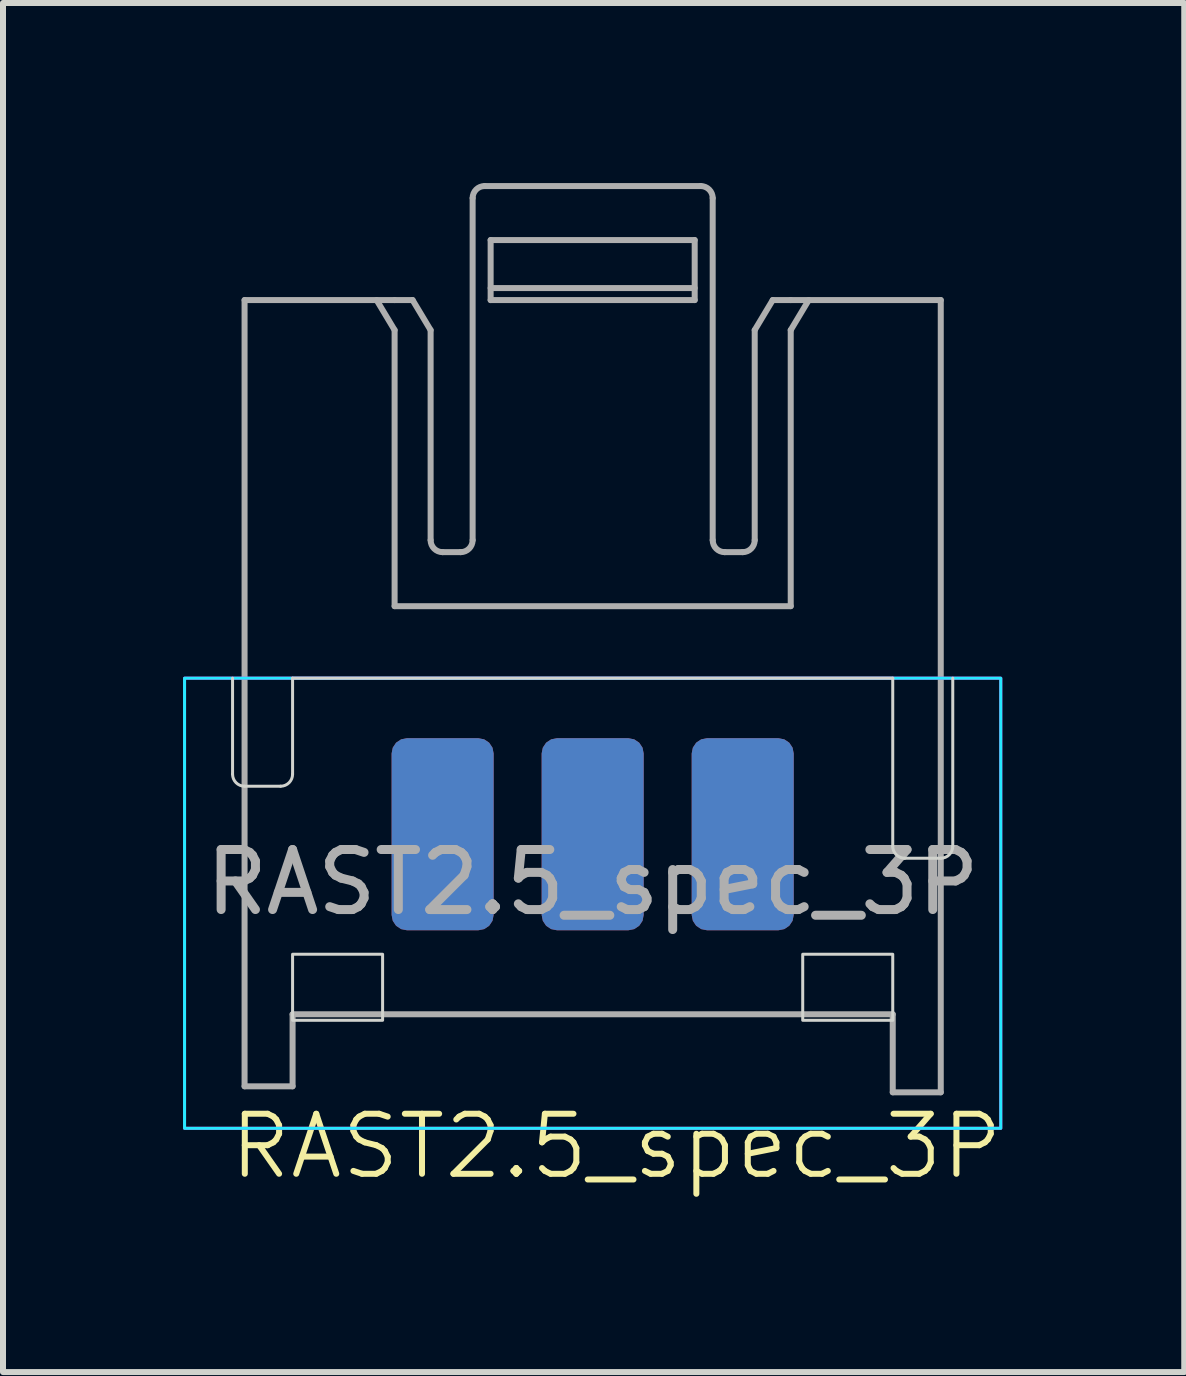
<source format=kicad_pcb>
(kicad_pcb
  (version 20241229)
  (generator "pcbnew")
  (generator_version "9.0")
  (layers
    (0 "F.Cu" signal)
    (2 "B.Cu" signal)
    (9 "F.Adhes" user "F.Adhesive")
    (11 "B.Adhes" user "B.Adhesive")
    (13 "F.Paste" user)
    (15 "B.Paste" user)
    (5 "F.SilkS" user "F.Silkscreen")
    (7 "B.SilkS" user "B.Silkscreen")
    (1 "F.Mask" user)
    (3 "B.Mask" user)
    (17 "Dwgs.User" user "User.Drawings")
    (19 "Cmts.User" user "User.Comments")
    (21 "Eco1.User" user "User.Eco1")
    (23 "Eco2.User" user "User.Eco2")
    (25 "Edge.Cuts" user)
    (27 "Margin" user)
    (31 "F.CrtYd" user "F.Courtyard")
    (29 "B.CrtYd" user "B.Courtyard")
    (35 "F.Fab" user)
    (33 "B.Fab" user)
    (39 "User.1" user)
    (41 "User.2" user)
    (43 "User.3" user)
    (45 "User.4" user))
  (footprint "RAST2.5_spec_3P"
    (layer "F.Cu")
    (at 6.825 8.25)
    (property "Reference" "RAST2.5_spec_3P" (at -6.1 7.8 0) (unlocked yes) (layer "F.SilkS") (effects (font (size 1 1) (thickness 0.1)) (justify left)))
    (attr smd)
    (fp_line (start -6 1.6) (end -6 0) (stroke (width 0.05) (type default)) (layer "Edge.Cuts"))
    (fp_line (start -5.2 1.8) (end -5.8 1.8) (stroke (width 0.05) (type default)) (layer "Edge.Cuts"))
    (fp_line (start -5 0) (end -5 1.6) (stroke (width 0.05) (type default)) (layer "Edge.Cuts"))
    (fp_line (start -5 0) (end 5 0) (stroke (width 0.05) (type default)) (layer "Edge.Cuts"))
    (fp_line (start 5 0) (end 5 2.8) (stroke (width 0.05) (type default)) (layer "Edge.Cuts"))
    (fp_line (start 5.2 3) (end 5.8 3) (stroke (width 0.05) (type default)) (layer "Edge.Cuts"))
    (fp_line (start 6 2.8) (end 6 0) (stroke (width 0.05) (type default)) (layer "Edge.Cuts"))
    (fp_rect (start -5 4.6) (end -3.5 5.7) (stroke (width 0.05) (type default)) (fill no) (layer "Edge.Cuts"))
    (fp_rect (start 3.5 4.6) (end 5 5.7) (stroke (width 0.05) (type default)) (fill no) (layer "Edge.Cuts"))
    (fp_arc (start -5.8 1.8) (mid -5.941421 1.741421) (end -6 1.6) (stroke (width 0.05) (type default)) (layer "Edge.Cuts"))
    (fp_arc (start -5 1.6) (mid -5.058579 1.741421) (end -5.2 1.8) (stroke (width 0.05) (type default)) (layer "Edge.Cuts"))
    (fp_arc (start 5.2 3) (mid 5.058579 2.941421) (end 5 2.8) (stroke (width 0.05) (type default)) (layer "Edge.Cuts"))
    (fp_arc (start 6 2.8) (mid 5.941421 2.941421) (end 5.8 3) (stroke (width 0.05) (type default)) (layer "Edge.Cuts"))
    (fp_rect (start -6.8 0) (end 6.8 7.5) (stroke (width 0.05) (type default)) (fill no) (layer "B.CrtYd"))
    (fp_rect (start -6.8 0) (end 6.8 7.5) (stroke (width 0.05) (type default)) (fill no) (layer "F.CrtYd"))
    (fp_line (start -5.8 -6.3) (end -3.3 -6.3) (stroke (width 0.1) (type default)) (layer "F.Fab"))
    (fp_line (start -5.8 6.8) (end -5.8 -6.3) (stroke (width 0.1) (type default)) (layer "F.Fab"))
    (fp_line (start -5.8 6.8) (end -5 6.8) (stroke (width 0.1) (type default)) (layer "F.Fab"))
    (fp_line (start -5 5.6) (end 5 5.6) (stroke (width 0.1) (type default)) (layer "F.Fab"))
    (fp_line (start -5 6.8) (end -5 5.6) (stroke (width 0.1) (type default)) (layer "F.Fab"))
    (fp_line (start -3.6 -6.3) (end -3.3 -5.8) (stroke (width 0.1) (type default)) (layer "F.Fab"))
    (fp_line (start -3.3 -6.3) (end -3 -6.3) (stroke (width 0.1) (type default)) (layer "F.Fab"))
    (fp_line (start -3.3 -5.8) (end -3.3 -1.2) (stroke (width 0.1) (type default)) (layer "F.Fab"))
    (fp_line (start -3.3 -1.2) (end 3.3 -1.2) (stroke (width 0.1) (type default)) (layer "F.Fab"))
    (fp_line (start -3 -6.3) (end -2.7 -5.8) (stroke (width 0.1) (type default)) (layer "F.Fab"))
    (fp_line (start -2.7 -5.8) (end -2.7 -2.3) (stroke (width 0.1) (type default)) (layer "F.Fab"))
    (fp_line (start -2.5 -2.1) (end -2.2 -2.1) (stroke (width 0.1) (type default)) (layer "F.Fab"))
    (fp_line (start -2 -2.3) (end -2 -8) (stroke (width 0.1) (type default)) (layer "F.Fab"))
    (fp_line (start -1.8 -8.2) (end 1.8 -8.2) (stroke (width 0.1) (type default)) (layer "F.Fab"))
    (fp_line (start -1.7 -7.3) (end -1.7 -6.3) (stroke (width 0.1) (type default)) (layer "F.Fab"))
    (fp_line (start -1.7 -6.5) (end 1.7 -6.5) (stroke (width 0.1) (type default)) (layer "F.Fab"))
    (fp_line (start -1.7 -6.3) (end 1.7 -6.3) (stroke (width 0.1) (type default)) (layer "F.Fab"))
    (fp_line (start 1.7 -7.3) (end -1.7 -7.3) (stroke (width 0.1) (type default)) (layer "F.Fab"))
    (fp_line (start 1.7 -6.3) (end 1.7 -7.3) (stroke (width 0.1) (type default)) (layer "F.Fab"))
    (fp_line (start 2 -8) (end 2 -2.3) (stroke (width 0.1) (type default)) (layer "F.Fab"))
    (fp_line (start 2.5 -2.1) (end 2.2 -2.1) (stroke (width 0.1) (type default)) (layer "F.Fab"))
    (fp_line (start 2.7 -5.8) (end 2.7 -2.3) (stroke (width 0.1) (type default)) (layer "F.Fab"))
    (fp_line (start 3 -6.3) (end 2.7 -5.8) (stroke (width 0.1) (type default)) (layer "F.Fab"))
    (fp_line (start 3.3 -6.3) (end 3 -6.3) (stroke (width 0.1) (type default)) (layer "F.Fab"))
    (fp_line (start 3.3 -5.8) (end 3.3 -1.2) (stroke (width 0.1) (type default)) (layer "F.Fab"))
    (fp_line (start 3.6 -6.3) (end 3.3 -5.8) (stroke (width 0.1) (type default)) (layer "F.Fab"))
    (fp_line (start 5 5.6) (end 5 6.9) (stroke (width 0.1) (type default)) (layer "F.Fab"))
    (fp_line (start 5 6.9) (end 5.8 6.9) (stroke (width 0.1) (type default)) (layer "F.Fab"))
    (fp_line (start 5.8 -6.3) (end 3.3 -6.3) (stroke (width 0.1) (type default)) (layer "F.Fab"))
    (fp_line (start 5.8 6.9) (end 5.8 -6.3) (stroke (width 0.1) (type default)) (layer "F.Fab"))
    (fp_arc (start -2.5 -2.1) (mid -2.641421 -2.158579) (end -2.7 -2.3) (stroke (width 0.1) (type default)) (layer "F.Fab"))
    (fp_arc (start -2 -8) (mid -1.941421 -8.141421) (end -1.8 -8.2) (stroke (width 0.1) (type default)) (layer "F.Fab"))
    (fp_arc (start -2 -2.3) (mid -2.058579 -2.158579) (end -2.2 -2.1) (stroke (width 0.1) (type default)) (layer "F.Fab"))
    (fp_arc (start 1.8 -8.2) (mid 1.941421 -8.141421) (end 2 -8) (stroke (width 0.1) (type default)) (layer "F.Fab"))
    (fp_arc (start 2.2 -2.1) (mid 2.058579 -2.158579) (end 2 -2.3) (stroke (width 0.1) (type default)) (layer "F.Fab"))
    (fp_arc (start 2.7 -2.3) (mid 2.641421 -2.158579) (end 2.5 -2.1) (stroke (width 0.1) (type default)) (layer "F.Fab"))
    (fp_text user "${REFERENCE}" (at 0 3.4 0) (unlocked yes) (layer "F.Fab") (effects (font (size 1 1) (thickness 0.15))))
    (pad "1" smd roundrect (at 2.5 2.6) (size 1.7 3.2) (layers "F.Cu" "F.Mask" "F.Paste") (roundrect_rratio 0.15))
    (pad "1" smd roundrect (at 2.5 2.6) (size 1.7 3.2) (layers "B.Cu" "B.Mask" "B.Paste") (roundrect_rratio 0.15))
    (pad "2" smd roundrect (at 0 2.6) (size 1.7 3.2) (layers "F.Cu" "F.Mask" "F.Paste") (roundrect_rratio 0.15))
    (pad "2" smd roundrect (at 0 2.6) (size 1.7 3.2) (layers "B.Cu" "B.Mask" "B.Paste") (roundrect_rratio 0.15))
    (pad "3" smd roundrect (at -2.5 2.6) (size 1.7 3.2) (layers "F.Cu" "F.Mask" "F.Paste") (roundrect_rratio 0.15))
    (pad "3" smd roundrect (at -2.5 2.6) (size 1.7 3.2) (layers "B.Cu" "B.Mask" "B.Paste") (roundrect_rratio 0.15)))
  (gr_rect
    (start -3 -3)
    (end 16.682 19.811)
    (stroke (width 0.1) (type default))
    (fill no)
    (layer "Edge.Cuts")))
</source>
